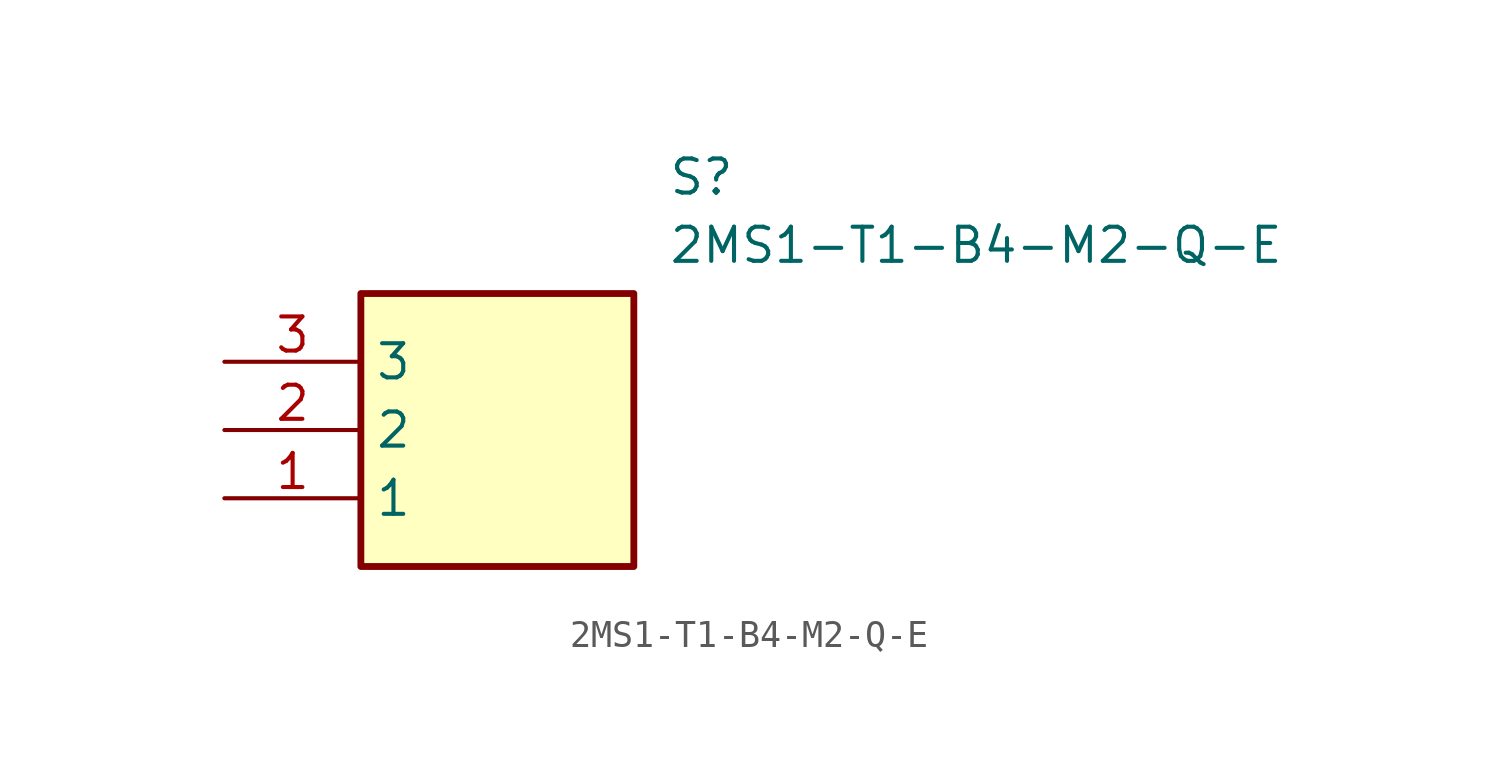
<source format=kicad_sym>
(kicad_symbol_lib
  (version 20211014)
  (generator SamacSys_ECAD_Model)
  (symbol "2MS1-T1-B4-M2-Q-E"
    (property "Reference" "S"
      (at 16.51 7.62 0)
      (effects (font (size 1.27 1.27)) (justify left top)))
    (property "Value" "2MS1-T1-B4-M2-Q-E"
      (at 16.51 5.08 0)
      (effects (font (size 1.27 1.27)) (justify left top)))
    (rectangle
      (start 5.08 2.54)
      (end 15.24 -7.62)
      (stroke (width 0.254) (type default))
      (fill (type background)))
    (pin passive line
      (at 0 -5.08 0)
      (length 5.08)
      (name "1" (effects (font (size 1.27 1.27))))
      (number "1" (effects (font (size 1.27 1.27)))))
    (pin passive line
      (at 0 -2.54 0)
      (length 5.08)
      (name "2" (effects (font (size 1.27 1.27))))
      (number "2" (effects (font (size 1.27 1.27)))))
    (pin passive line
      (at 0 0 0)
      (length 5.08)
      (name "3" (effects (font (size 1.27 1.27))))
      (number "3" (effects (font (size 1.27 1.27)))))))
</source>
